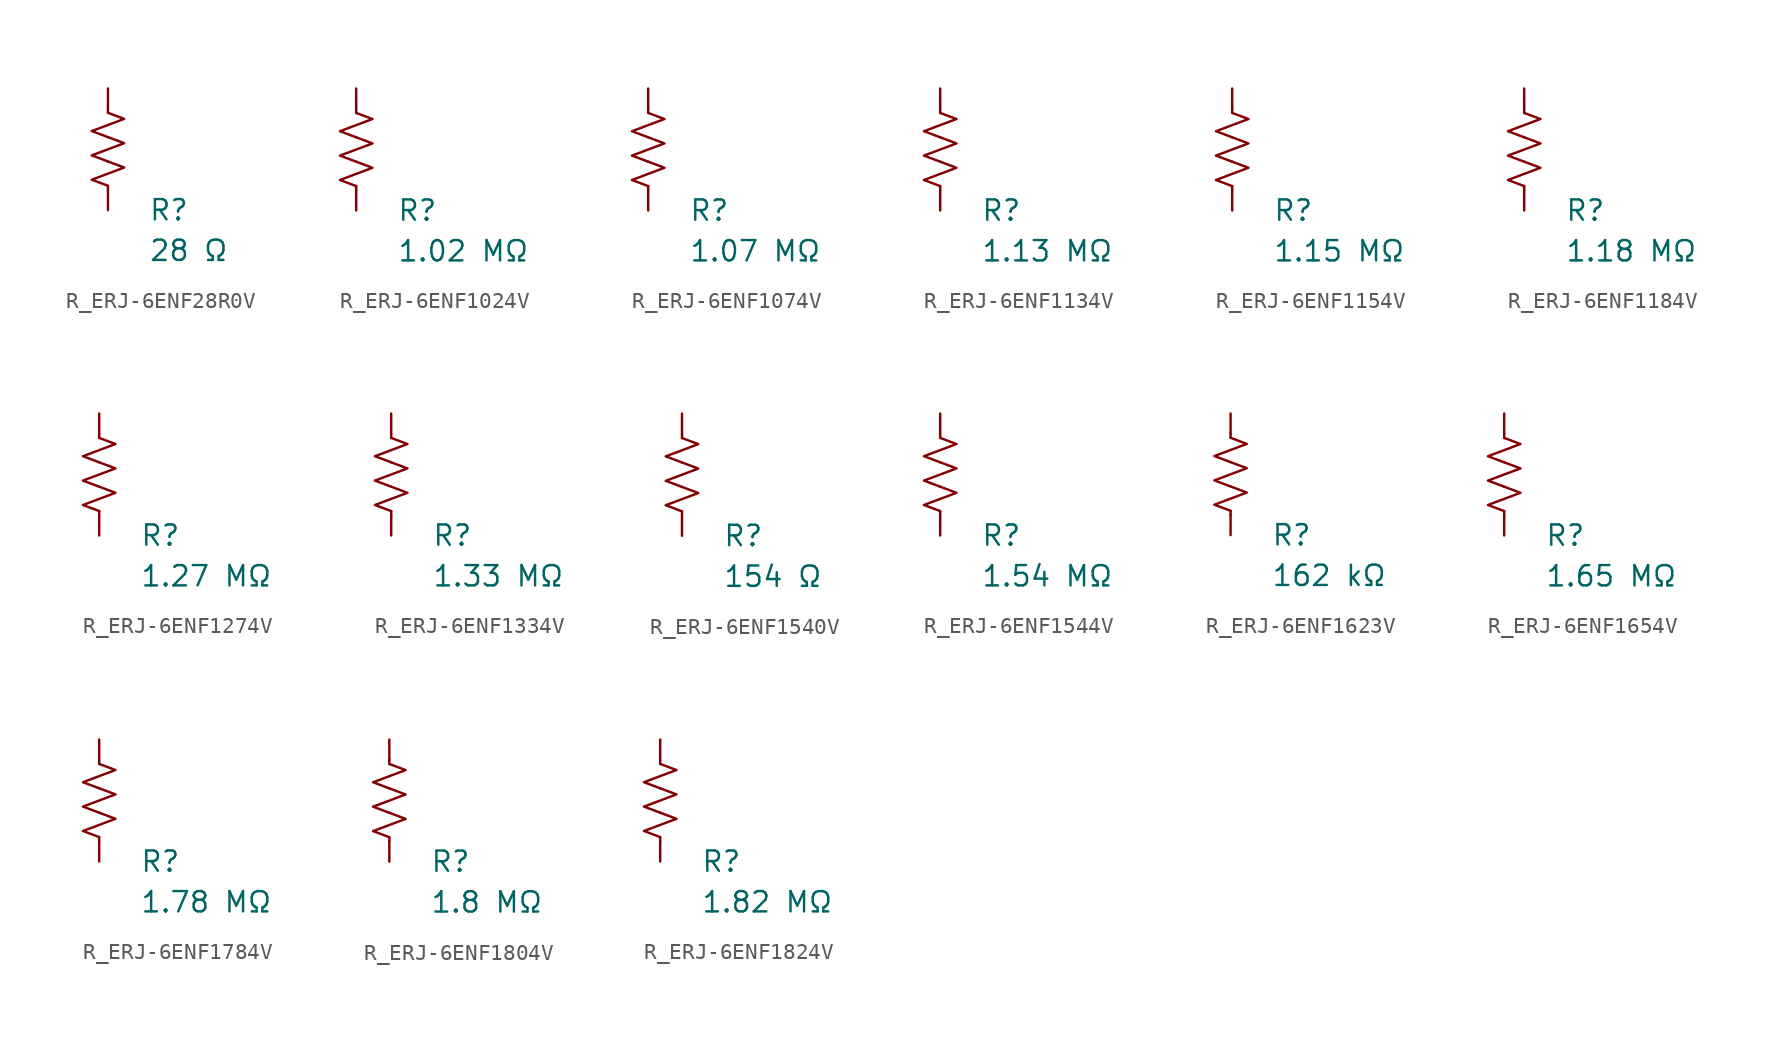
<source format=kicad_sym>
(kicad_symbol_lib
  (version 20231120)
  (generator "kicad_symbol_editor")
  (generator_version "8.0")
  (symbol "R_ERJ-6ENF28R0V"
    (pin_numbers hide)
    (pin_names
      (offset 0))
    (property "Reference" "R"
      (at 2.54 -3.81 0)
      (effects (font (size 1.27 1.27)) (justify left))
      (show_name no))
    (property "Value" "28 Ω"
      (at 2.54 -6.35 0)
      (effects (font (size 1.27 1.27)) (justify left))
      (show_name no))
    (symbol "R_ERJ-6ENF28R0V_0_1"
      (polyline (pts (xy 0 -2.286) (xy 0 -2.54)) (stroke (width 0) (type default)) (fill (type none)))
      (polyline (pts (xy 0 2.286) (xy 0 2.54)) (stroke (width 0) (type default)) (fill (type none)))
      (polyline (pts (xy 0 -0.762) (xy 1.016 -1.143) (xy 0 -1.524) (xy -1.016 -1.905) (xy 0 -2.286)) (stroke (width 0) (type default)) (fill (type none)))
      (polyline (pts (xy 0 0.762) (xy 1.016 0.381) (xy 0 0) (xy -1.016 -0.381) (xy 0 -0.762)) (stroke (width 0) (type default)) (fill (type none)))
      (polyline (pts (xy 0 2.286) (xy 1.016 1.905) (xy 0 1.524) (xy -1.016 1.143) (xy 0 0.762)) (stroke (width 0) (type default)) (fill (type none))))
    (symbol "R_ERJ-6ENF28R0V_1_1"
      (pin passive line (at 0 3.81 270) (length 1.27) (name "~" (effects (font (size 1.27 1.27)))) (number "1" (effects (font (size 1.27 1.27)))))
      (pin passive line (at 0 -3.81 90) (length 1.27) (name "~" (effects (font (size 1.27 1.27)))) (number "2" (effects (font (size 1.27 1.27)))))))
  (symbol "R_ERJ-6ENF1024V"
    (pin_numbers hide)
    (pin_names
      (offset 0))
    (property "Reference" "R"
      (at 2.54 -3.81 0)
      (effects (font (size 1.27 1.27)) (justify left))
      (show_name no))
    (property "Value" "1.02 MΩ"
      (at 2.54 -6.35 0)
      (effects (font (size 1.27 1.27)) (justify left))
      (show_name no))
    (symbol "R_ERJ-6ENF1024V_0_1"
      (polyline (pts (xy 0 -2.286) (xy 0 -2.54)) (stroke (width 0) (type default)) (fill (type none)))
      (polyline (pts (xy 0 2.286) (xy 0 2.54)) (stroke (width 0) (type default)) (fill (type none)))
      (polyline (pts (xy 0 -0.762) (xy 1.016 -1.143) (xy 0 -1.524) (xy -1.016 -1.905) (xy 0 -2.286)) (stroke (width 0) (type default)) (fill (type none)))
      (polyline (pts (xy 0 0.762) (xy 1.016 0.381) (xy 0 0) (xy -1.016 -0.381) (xy 0 -0.762)) (stroke (width 0) (type default)) (fill (type none)))
      (polyline (pts (xy 0 2.286) (xy 1.016 1.905) (xy 0 1.524) (xy -1.016 1.143) (xy 0 0.762)) (stroke (width 0) (type default)) (fill (type none))))
    (symbol "R_ERJ-6ENF1024V_1_1"
      (pin passive line (at 0 3.81 270) (length 1.27) (name "~" (effects (font (size 1.27 1.27)))) (number "1" (effects (font (size 1.27 1.27)))))
      (pin passive line (at 0 -3.81 90) (length 1.27) (name "~" (effects (font (size 1.27 1.27)))) (number "2" (effects (font (size 1.27 1.27)))))))
  (symbol "R_ERJ-6ENF1074V"
    (pin_numbers hide)
    (pin_names
      (offset 0))
    (property "Reference" "R"
      (at 2.54 -3.81 0)
      (effects (font (size 1.27 1.27)) (justify left))
      (show_name no))
    (property "Value" "1.07 MΩ"
      (at 2.54 -6.35 0)
      (effects (font (size 1.27 1.27)) (justify left))
      (show_name no))
    (symbol "R_ERJ-6ENF1074V_0_1"
      (polyline (pts (xy 0 -2.286) (xy 0 -2.54)) (stroke (width 0) (type default)) (fill (type none)))
      (polyline (pts (xy 0 2.286) (xy 0 2.54)) (stroke (width 0) (type default)) (fill (type none)))
      (polyline (pts (xy 0 -0.762) (xy 1.016 -1.143) (xy 0 -1.524) (xy -1.016 -1.905) (xy 0 -2.286)) (stroke (width 0) (type default)) (fill (type none)))
      (polyline (pts (xy 0 0.762) (xy 1.016 0.381) (xy 0 0) (xy -1.016 -0.381) (xy 0 -0.762)) (stroke (width 0) (type default)) (fill (type none)))
      (polyline (pts (xy 0 2.286) (xy 1.016 1.905) (xy 0 1.524) (xy -1.016 1.143) (xy 0 0.762)) (stroke (width 0) (type default)) (fill (type none))))
    (symbol "R_ERJ-6ENF1074V_1_1"
      (pin passive line (at 0 3.81 270) (length 1.27) (name "~" (effects (font (size 1.27 1.27)))) (number "1" (effects (font (size 1.27 1.27)))))
      (pin passive line (at 0 -3.81 90) (length 1.27) (name "~" (effects (font (size 1.27 1.27)))) (number "2" (effects (font (size 1.27 1.27)))))))
  (symbol "R_ERJ-6ENF1134V"
    (pin_numbers hide)
    (pin_names
      (offset 0))
    (property "Reference" "R"
      (at 2.54 -3.81 0)
      (effects (font (size 1.27 1.27)) (justify left))
      (show_name no))
    (property "Value" "1.13 MΩ"
      (at 2.54 -6.35 0)
      (effects (font (size 1.27 1.27)) (justify left))
      (show_name no))
    (symbol "R_ERJ-6ENF1134V_0_1"
      (polyline (pts (xy 0 -2.286) (xy 0 -2.54)) (stroke (width 0) (type default)) (fill (type none)))
      (polyline (pts (xy 0 2.286) (xy 0 2.54)) (stroke (width 0) (type default)) (fill (type none)))
      (polyline (pts (xy 0 -0.762) (xy 1.016 -1.143) (xy 0 -1.524) (xy -1.016 -1.905) (xy 0 -2.286)) (stroke (width 0) (type default)) (fill (type none)))
      (polyline (pts (xy 0 0.762) (xy 1.016 0.381) (xy 0 0) (xy -1.016 -0.381) (xy 0 -0.762)) (stroke (width 0) (type default)) (fill (type none)))
      (polyline (pts (xy 0 2.286) (xy 1.016 1.905) (xy 0 1.524) (xy -1.016 1.143) (xy 0 0.762)) (stroke (width 0) (type default)) (fill (type none))))
    (symbol "R_ERJ-6ENF1134V_1_1"
      (pin passive line (at 0 3.81 270) (length 1.27) (name "~" (effects (font (size 1.27 1.27)))) (number "1" (effects (font (size 1.27 1.27)))))
      (pin passive line (at 0 -3.81 90) (length 1.27) (name "~" (effects (font (size 1.27 1.27)))) (number "2" (effects (font (size 1.27 1.27)))))))
  (symbol "R_ERJ-6ENF1154V"
    (pin_numbers hide)
    (pin_names
      (offset 0))
    (property "Reference" "R"
      (at 2.54 -3.81 0)
      (effects (font (size 1.27 1.27)) (justify left))
      (show_name no))
    (property "Value" "1.15 MΩ"
      (at 2.54 -6.35 0)
      (effects (font (size 1.27 1.27)) (justify left))
      (show_name no))
    (symbol "R_ERJ-6ENF1154V_0_1"
      (polyline (pts (xy 0 -2.286) (xy 0 -2.54)) (stroke (width 0) (type default)) (fill (type none)))
      (polyline (pts (xy 0 2.286) (xy 0 2.54)) (stroke (width 0) (type default)) (fill (type none)))
      (polyline (pts (xy 0 -0.762) (xy 1.016 -1.143) (xy 0 -1.524) (xy -1.016 -1.905) (xy 0 -2.286)) (stroke (width 0) (type default)) (fill (type none)))
      (polyline (pts (xy 0 0.762) (xy 1.016 0.381) (xy 0 0) (xy -1.016 -0.381) (xy 0 -0.762)) (stroke (width 0) (type default)) (fill (type none)))
      (polyline (pts (xy 0 2.286) (xy 1.016 1.905) (xy 0 1.524) (xy -1.016 1.143) (xy 0 0.762)) (stroke (width 0) (type default)) (fill (type none))))
    (symbol "R_ERJ-6ENF1154V_1_1"
      (pin passive line (at 0 3.81 270) (length 1.27) (name "~" (effects (font (size 1.27 1.27)))) (number "1" (effects (font (size 1.27 1.27)))))
      (pin passive line (at 0 -3.81 90) (length 1.27) (name "~" (effects (font (size 1.27 1.27)))) (number "2" (effects (font (size 1.27 1.27)))))))
  (symbol "R_ERJ-6ENF1184V"
    (pin_numbers hide)
    (pin_names
      (offset 0))
    (property "Reference" "R"
      (at 2.54 -3.81 0)
      (effects (font (size 1.27 1.27)) (justify left))
      (show_name no))
    (property "Value" "1.18 MΩ"
      (at 2.54 -6.35 0)
      (effects (font (size 1.27 1.27)) (justify left))
      (show_name no))
    (symbol "R_ERJ-6ENF1184V_0_1"
      (polyline (pts (xy 0 -2.286) (xy 0 -2.54)) (stroke (width 0) (type default)) (fill (type none)))
      (polyline (pts (xy 0 2.286) (xy 0 2.54)) (stroke (width 0) (type default)) (fill (type none)))
      (polyline (pts (xy 0 -0.762) (xy 1.016 -1.143) (xy 0 -1.524) (xy -1.016 -1.905) (xy 0 -2.286)) (stroke (width 0) (type default)) (fill (type none)))
      (polyline (pts (xy 0 0.762) (xy 1.016 0.381) (xy 0 0) (xy -1.016 -0.381) (xy 0 -0.762)) (stroke (width 0) (type default)) (fill (type none)))
      (polyline (pts (xy 0 2.286) (xy 1.016 1.905) (xy 0 1.524) (xy -1.016 1.143) (xy 0 0.762)) (stroke (width 0) (type default)) (fill (type none))))
    (symbol "R_ERJ-6ENF1184V_1_1"
      (pin passive line (at 0 3.81 270) (length 1.27) (name "~" (effects (font (size 1.27 1.27)))) (number "1" (effects (font (size 1.27 1.27)))))
      (pin passive line (at 0 -3.81 90) (length 1.27) (name "~" (effects (font (size 1.27 1.27)))) (number "2" (effects (font (size 1.27 1.27)))))))
  (symbol "R_ERJ-6ENF1274V"
    (pin_numbers hide)
    (pin_names
      (offset 0))
    (property "Reference" "R"
      (at 2.54 -3.81 0)
      (effects (font (size 1.27 1.27)) (justify left))
      (show_name no))
    (property "Value" "1.27 MΩ"
      (at 2.54 -6.35 0)
      (effects (font (size 1.27 1.27)) (justify left))
      (show_name no))
    (symbol "R_ERJ-6ENF1274V_0_1"
      (polyline (pts (xy 0 -2.286) (xy 0 -2.54)) (stroke (width 0) (type default)) (fill (type none)))
      (polyline (pts (xy 0 2.286) (xy 0 2.54)) (stroke (width 0) (type default)) (fill (type none)))
      (polyline (pts (xy 0 -0.762) (xy 1.016 -1.143) (xy 0 -1.524) (xy -1.016 -1.905) (xy 0 -2.286)) (stroke (width 0) (type default)) (fill (type none)))
      (polyline (pts (xy 0 0.762) (xy 1.016 0.381) (xy 0 0) (xy -1.016 -0.381) (xy 0 -0.762)) (stroke (width 0) (type default)) (fill (type none)))
      (polyline (pts (xy 0 2.286) (xy 1.016 1.905) (xy 0 1.524) (xy -1.016 1.143) (xy 0 0.762)) (stroke (width 0) (type default)) (fill (type none))))
    (symbol "R_ERJ-6ENF1274V_1_1"
      (pin passive line (at 0 3.81 270) (length 1.27) (name "~" (effects (font (size 1.27 1.27)))) (number "1" (effects (font (size 1.27 1.27)))))
      (pin passive line (at 0 -3.81 90) (length 1.27) (name "~" (effects (font (size 1.27 1.27)))) (number "2" (effects (font (size 1.27 1.27)))))))
  (symbol "R_ERJ-6ENF1334V"
    (pin_numbers hide)
    (pin_names
      (offset 0))
    (property "Reference" "R"
      (at 2.54 -3.81 0)
      (effects (font (size 1.27 1.27)) (justify left))
      (show_name no))
    (property "Value" "1.33 MΩ"
      (at 2.54 -6.35 0)
      (effects (font (size 1.27 1.27)) (justify left))
      (show_name no))
    (symbol "R_ERJ-6ENF1334V_0_1"
      (polyline (pts (xy 0 -2.286) (xy 0 -2.54)) (stroke (width 0) (type default)) (fill (type none)))
      (polyline (pts (xy 0 2.286) (xy 0 2.54)) (stroke (width 0) (type default)) (fill (type none)))
      (polyline (pts (xy 0 -0.762) (xy 1.016 -1.143) (xy 0 -1.524) (xy -1.016 -1.905) (xy 0 -2.286)) (stroke (width 0) (type default)) (fill (type none)))
      (polyline (pts (xy 0 0.762) (xy 1.016 0.381) (xy 0 0) (xy -1.016 -0.381) (xy 0 -0.762)) (stroke (width 0) (type default)) (fill (type none)))
      (polyline (pts (xy 0 2.286) (xy 1.016 1.905) (xy 0 1.524) (xy -1.016 1.143) (xy 0 0.762)) (stroke (width 0) (type default)) (fill (type none))))
    (symbol "R_ERJ-6ENF1334V_1_1"
      (pin passive line (at 0 3.81 270) (length 1.27) (name "~" (effects (font (size 1.27 1.27)))) (number "1" (effects (font (size 1.27 1.27)))))
      (pin passive line (at 0 -3.81 90) (length 1.27) (name "~" (effects (font (size 1.27 1.27)))) (number "2" (effects (font (size 1.27 1.27)))))))
  (symbol "R_ERJ-6ENF1540V"
    (pin_numbers hide)
    (pin_names
      (offset 0))
    (property "Reference" "R"
      (at 2.54 -3.81 0)
      (effects (font (size 1.27 1.27)) (justify left))
      (show_name no))
    (property "Value" "154 Ω"
      (at 2.54 -6.35 0)
      (effects (font (size 1.27 1.27)) (justify left))
      (show_name no))
    (symbol "R_ERJ-6ENF1540V_0_1"
      (polyline (pts (xy 0 -2.286) (xy 0 -2.54)) (stroke (width 0) (type default)) (fill (type none)))
      (polyline (pts (xy 0 2.286) (xy 0 2.54)) (stroke (width 0) (type default)) (fill (type none)))
      (polyline (pts (xy 0 -0.762) (xy 1.016 -1.143) (xy 0 -1.524) (xy -1.016 -1.905) (xy 0 -2.286)) (stroke (width 0) (type default)) (fill (type none)))
      (polyline (pts (xy 0 0.762) (xy 1.016 0.381) (xy 0 0) (xy -1.016 -0.381) (xy 0 -0.762)) (stroke (width 0) (type default)) (fill (type none)))
      (polyline (pts (xy 0 2.286) (xy 1.016 1.905) (xy 0 1.524) (xy -1.016 1.143) (xy 0 0.762)) (stroke (width 0) (type default)) (fill (type none))))
    (symbol "R_ERJ-6ENF1540V_1_1"
      (pin passive line (at 0 3.81 270) (length 1.27) (name "~" (effects (font (size 1.27 1.27)))) (number "1" (effects (font (size 1.27 1.27)))))
      (pin passive line (at 0 -3.81 90) (length 1.27) (name "~" (effects (font (size 1.27 1.27)))) (number "2" (effects (font (size 1.27 1.27)))))))
  (symbol "R_ERJ-6ENF1544V"
    (pin_numbers hide)
    (pin_names
      (offset 0))
    (property "Reference" "R"
      (at 2.54 -3.81 0)
      (effects (font (size 1.27 1.27)) (justify left))
      (show_name no))
    (property "Value" "1.54 MΩ"
      (at 2.54 -6.35 0)
      (effects (font (size 1.27 1.27)) (justify left))
      (show_name no))
    (symbol "R_ERJ-6ENF1544V_0_1"
      (polyline (pts (xy 0 -2.286) (xy 0 -2.54)) (stroke (width 0) (type default)) (fill (type none)))
      (polyline (pts (xy 0 2.286) (xy 0 2.54)) (stroke (width 0) (type default)) (fill (type none)))
      (polyline (pts (xy 0 -0.762) (xy 1.016 -1.143) (xy 0 -1.524) (xy -1.016 -1.905) (xy 0 -2.286)) (stroke (width 0) (type default)) (fill (type none)))
      (polyline (pts (xy 0 0.762) (xy 1.016 0.381) (xy 0 0) (xy -1.016 -0.381) (xy 0 -0.762)) (stroke (width 0) (type default)) (fill (type none)))
      (polyline (pts (xy 0 2.286) (xy 1.016 1.905) (xy 0 1.524) (xy -1.016 1.143) (xy 0 0.762)) (stroke (width 0) (type default)) (fill (type none))))
    (symbol "R_ERJ-6ENF1544V_1_1"
      (pin passive line (at 0 3.81 270) (length 1.27) (name "~" (effects (font (size 1.27 1.27)))) (number "1" (effects (font (size 1.27 1.27)))))
      (pin passive line (at 0 -3.81 90) (length 1.27) (name "~" (effects (font (size 1.27 1.27)))) (number "2" (effects (font (size 1.27 1.27)))))))
  (symbol "R_ERJ-6ENF1623V"
    (pin_numbers hide)
    (pin_names
      (offset 0))
    (property "Reference" "R"
      (at 2.54 -3.81 0)
      (effects (font (size 1.27 1.27)) (justify left))
      (show_name no))
    (property "Value" "162 kΩ"
      (at 2.54 -6.35 0)
      (effects (font (size 1.27 1.27)) (justify left))
      (show_name no))
    (symbol "R_ERJ-6ENF1623V_0_1"
      (polyline (pts (xy 0 -2.286) (xy 0 -2.54)) (stroke (width 0) (type default)) (fill (type none)))
      (polyline (pts (xy 0 2.286) (xy 0 2.54)) (stroke (width 0) (type default)) (fill (type none)))
      (polyline (pts (xy 0 -0.762) (xy 1.016 -1.143) (xy 0 -1.524) (xy -1.016 -1.905) (xy 0 -2.286)) (stroke (width 0) (type default)) (fill (type none)))
      (polyline (pts (xy 0 0.762) (xy 1.016 0.381) (xy 0 0) (xy -1.016 -0.381) (xy 0 -0.762)) (stroke (width 0) (type default)) (fill (type none)))
      (polyline (pts (xy 0 2.286) (xy 1.016 1.905) (xy 0 1.524) (xy -1.016 1.143) (xy 0 0.762)) (stroke (width 0) (type default)) (fill (type none))))
    (symbol "R_ERJ-6ENF1623V_1_1"
      (pin passive line (at 0 3.81 270) (length 1.27) (name "~" (effects (font (size 1.27 1.27)))) (number "1" (effects (font (size 1.27 1.27)))))
      (pin passive line (at 0 -3.81 90) (length 1.27) (name "~" (effects (font (size 1.27 1.27)))) (number "2" (effects (font (size 1.27 1.27)))))))
  (symbol "R_ERJ-6ENF1654V"
    (pin_numbers hide)
    (pin_names
      (offset 0))
    (property "Reference" "R"
      (at 2.54 -3.81 0)
      (effects (font (size 1.27 1.27)) (justify left))
      (show_name no))
    (property "Value" "1.65 MΩ"
      (at 2.54 -6.35 0)
      (effects (font (size 1.27 1.27)) (justify left))
      (show_name no))
    (symbol "R_ERJ-6ENF1654V_0_1"
      (polyline (pts (xy 0 -2.286) (xy 0 -2.54)) (stroke (width 0) (type default)) (fill (type none)))
      (polyline (pts (xy 0 2.286) (xy 0 2.54)) (stroke (width 0) (type default)) (fill (type none)))
      (polyline (pts (xy 0 -0.762) (xy 1.016 -1.143) (xy 0 -1.524) (xy -1.016 -1.905) (xy 0 -2.286)) (stroke (width 0) (type default)) (fill (type none)))
      (polyline (pts (xy 0 0.762) (xy 1.016 0.381) (xy 0 0) (xy -1.016 -0.381) (xy 0 -0.762)) (stroke (width 0) (type default)) (fill (type none)))
      (polyline (pts (xy 0 2.286) (xy 1.016 1.905) (xy 0 1.524) (xy -1.016 1.143) (xy 0 0.762)) (stroke (width 0) (type default)) (fill (type none))))
    (symbol "R_ERJ-6ENF1654V_1_1"
      (pin passive line (at 0 3.81 270) (length 1.27) (name "~" (effects (font (size 1.27 1.27)))) (number "1" (effects (font (size 1.27 1.27)))))
      (pin passive line (at 0 -3.81 90) (length 1.27) (name "~" (effects (font (size 1.27 1.27)))) (number "2" (effects (font (size 1.27 1.27)))))))
  (symbol "R_ERJ-6ENF1784V"
    (pin_numbers hide)
    (pin_names
      (offset 0))
    (property "Reference" "R"
      (at 2.54 -3.81 0)
      (effects (font (size 1.27 1.27)) (justify left))
      (show_name no))
    (property "Value" "1.78 MΩ"
      (at 2.54 -6.35 0)
      (effects (font (size 1.27 1.27)) (justify left))
      (show_name no))
    (symbol "R_ERJ-6ENF1784V_0_1"
      (polyline (pts (xy 0 -2.286) (xy 0 -2.54)) (stroke (width 0) (type default)) (fill (type none)))
      (polyline (pts (xy 0 2.286) (xy 0 2.54)) (stroke (width 0) (type default)) (fill (type none)))
      (polyline (pts (xy 0 -0.762) (xy 1.016 -1.143) (xy 0 -1.524) (xy -1.016 -1.905) (xy 0 -2.286)) (stroke (width 0) (type default)) (fill (type none)))
      (polyline (pts (xy 0 0.762) (xy 1.016 0.381) (xy 0 0) (xy -1.016 -0.381) (xy 0 -0.762)) (stroke (width 0) (type default)) (fill (type none)))
      (polyline (pts (xy 0 2.286) (xy 1.016 1.905) (xy 0 1.524) (xy -1.016 1.143) (xy 0 0.762)) (stroke (width 0) (type default)) (fill (type none))))
    (symbol "R_ERJ-6ENF1784V_1_1"
      (pin passive line (at 0 3.81 270) (length 1.27) (name "~" (effects (font (size 1.27 1.27)))) (number "1" (effects (font (size 1.27 1.27)))))
      (pin passive line (at 0 -3.81 90) (length 1.27) (name "~" (effects (font (size 1.27 1.27)))) (number "2" (effects (font (size 1.27 1.27)))))))
  (symbol "R_ERJ-6ENF1804V"
    (pin_numbers hide)
    (pin_names
      (offset 0))
    (property "Reference" "R"
      (at 2.54 -3.81 0)
      (effects (font (size 1.27 1.27)) (justify left))
      (show_name no))
    (property "Value" "1.8 MΩ"
      (at 2.54 -6.35 0)
      (effects (font (size 1.27 1.27)) (justify left))
      (show_name no))
    (symbol "R_ERJ-6ENF1804V_0_1"
      (polyline (pts (xy 0 -2.286) (xy 0 -2.54)) (stroke (width 0) (type default)) (fill (type none)))
      (polyline (pts (xy 0 2.286) (xy 0 2.54)) (stroke (width 0) (type default)) (fill (type none)))
      (polyline (pts (xy 0 -0.762) (xy 1.016 -1.143) (xy 0 -1.524) (xy -1.016 -1.905) (xy 0 -2.286)) (stroke (width 0) (type default)) (fill (type none)))
      (polyline (pts (xy 0 0.762) (xy 1.016 0.381) (xy 0 0) (xy -1.016 -0.381) (xy 0 -0.762)) (stroke (width 0) (type default)) (fill (type none)))
      (polyline (pts (xy 0 2.286) (xy 1.016 1.905) (xy 0 1.524) (xy -1.016 1.143) (xy 0 0.762)) (stroke (width 0) (type default)) (fill (type none))))
    (symbol "R_ERJ-6ENF1804V_1_1"
      (pin passive line (at 0 3.81 270) (length 1.27) (name "~" (effects (font (size 1.27 1.27)))) (number "1" (effects (font (size 1.27 1.27)))))
      (pin passive line (at 0 -3.81 90) (length 1.27) (name "~" (effects (font (size 1.27 1.27)))) (number "2" (effects (font (size 1.27 1.27)))))))
  (symbol "R_ERJ-6ENF1824V"
    (pin_numbers hide)
    (pin_names
      (offset 0))
    (property "Reference" "R"
      (at 2.54 -3.81 0)
      (effects (font (size 1.27 1.27)) (justify left))
      (show_name no))
    (property "Value" "1.82 MΩ"
      (at 2.54 -6.35 0)
      (effects (font (size 1.27 1.27)) (justify left))
      (show_name no))
    (symbol "R_ERJ-6ENF1824V_0_1"
      (polyline (pts (xy 0 -2.286) (xy 0 -2.54)) (stroke (width 0) (type default)) (fill (type none)))
      (polyline (pts (xy 0 2.286) (xy 0 2.54)) (stroke (width 0) (type default)) (fill (type none)))
      (polyline (pts (xy 0 -0.762) (xy 1.016 -1.143) (xy 0 -1.524) (xy -1.016 -1.905) (xy 0 -2.286)) (stroke (width 0) (type default)) (fill (type none)))
      (polyline (pts (xy 0 0.762) (xy 1.016 0.381) (xy 0 0) (xy -1.016 -0.381) (xy 0 -0.762)) (stroke (width 0) (type default)) (fill (type none)))
      (polyline (pts (xy 0 2.286) (xy 1.016 1.905) (xy 0 1.524) (xy -1.016 1.143) (xy 0 0.762)) (stroke (width 0) (type default)) (fill (type none))))
    (symbol "R_ERJ-6ENF1824V_1_1"
      (pin passive line (at 0 3.81 270) (length 1.27) (name "~" (effects (font (size 1.27 1.27)))) (number "1" (effects (font (size 1.27 1.27)))))
      (pin passive line (at 0 -3.81 90) (length 1.27) (name "~" (effects (font (size 1.27 1.27)))) (number "2" (effects (font (size 1.27 1.27))))))))
</source>
